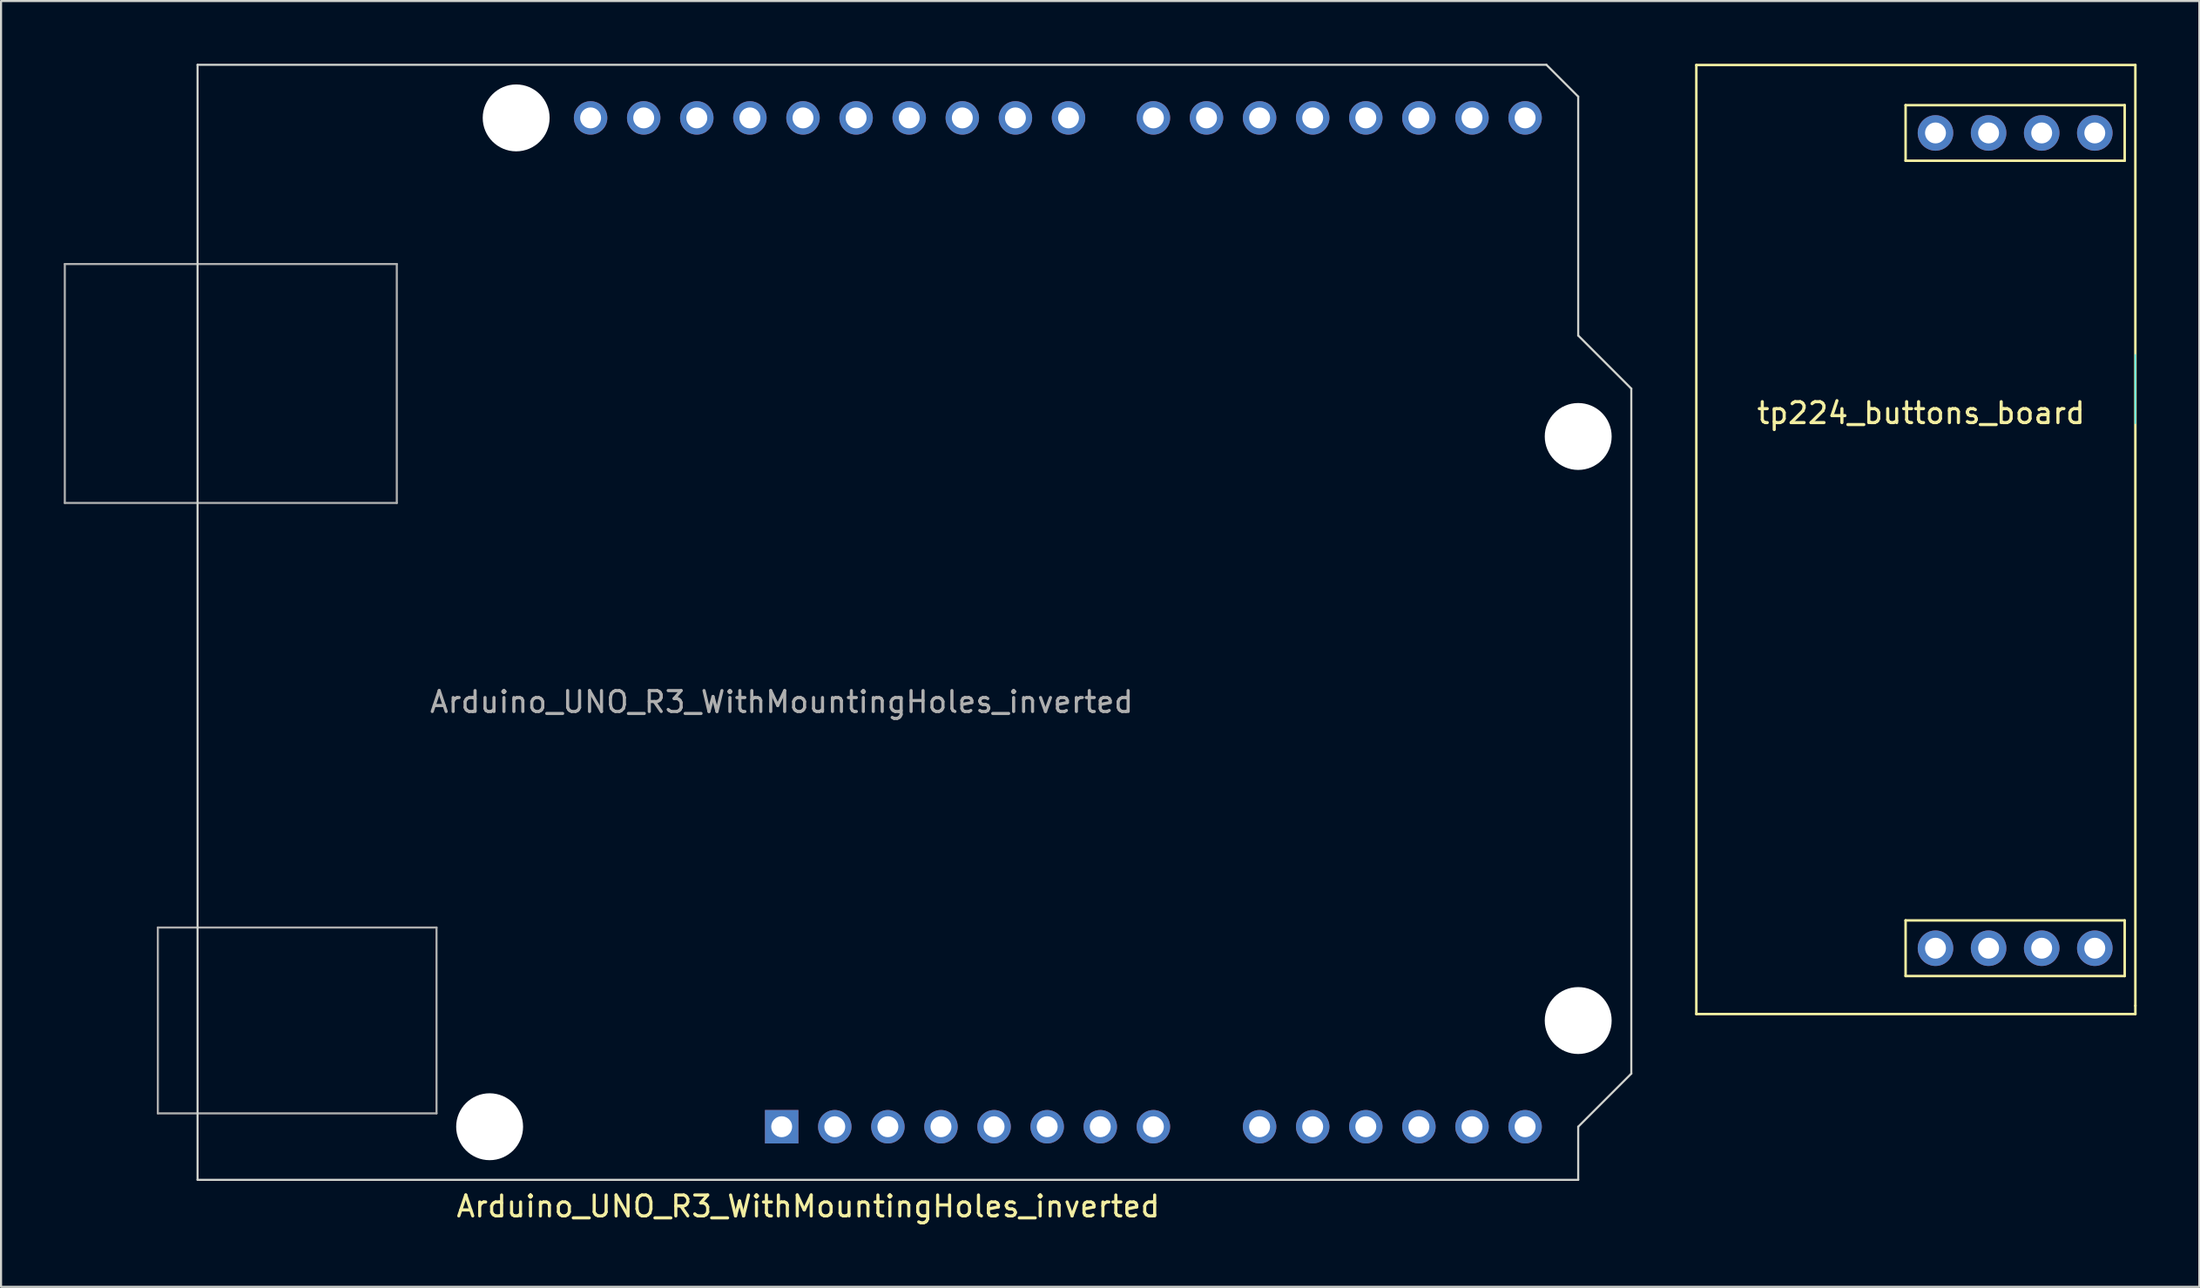
<source format=kicad_pcb>
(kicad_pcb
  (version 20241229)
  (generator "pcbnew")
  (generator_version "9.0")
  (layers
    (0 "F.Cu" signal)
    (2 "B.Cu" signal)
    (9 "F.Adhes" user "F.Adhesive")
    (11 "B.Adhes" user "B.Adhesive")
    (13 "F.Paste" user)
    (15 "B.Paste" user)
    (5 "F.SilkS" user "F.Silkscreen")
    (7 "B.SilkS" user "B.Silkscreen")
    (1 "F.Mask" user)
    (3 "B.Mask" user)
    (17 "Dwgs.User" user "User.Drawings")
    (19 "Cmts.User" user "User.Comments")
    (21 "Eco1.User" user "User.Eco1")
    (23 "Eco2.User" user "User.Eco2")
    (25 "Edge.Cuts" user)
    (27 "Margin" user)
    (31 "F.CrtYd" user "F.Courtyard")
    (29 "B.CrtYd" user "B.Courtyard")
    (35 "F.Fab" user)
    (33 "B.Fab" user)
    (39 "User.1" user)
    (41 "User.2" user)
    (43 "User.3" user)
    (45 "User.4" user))
  (footprint "Arduino_UNO_R3_WithMountingHoles_inverted"
    (layer "F.Cu")
    (at 34.34 4.35)
    (property "Reference" "Arduino_UNO_R3_WithMountingHoles_inverted" (at 1.27 50.31 0) (layer "F.SilkS") (effects (font (size 1 1) (thickness 0.15))))
    (attr through_hole)
    (fp_line (start -27.94 -4.3) (end -27.94 49.04) (stroke (width 0.1) (type solid)) (layer "Edge.Cuts"))
    (fp_line (start -27.94 49.04) (end 38.1 49.04) (stroke (width 0.1) (type solid)) (layer "Edge.Cuts"))
    (fp_line (start 36.58 -4.3) (end -27.94 -4.3) (stroke (width 0.1) (type solid)) (layer "Edge.Cuts"))
    (fp_line (start 38.1 -2.78) (end 36.58 -4.3) (stroke (width 0.1) (type solid)) (layer "Edge.Cuts"))
    (fp_line (start 38.1 8.65) (end 38.1 -2.78) (stroke (width 0.1) (type solid)) (layer "Edge.Cuts"))
    (fp_line (start 38.1 46.5) (end 40.64 43.96) (stroke (width 0.1) (type solid)) (layer "Edge.Cuts"))
    (fp_line (start 38.1 49.04) (end 38.1 46.5) (stroke (width 0.1) (type solid)) (layer "Edge.Cuts"))
    (fp_line (start 40.64 11.19) (end 38.1 8.65) (stroke (width 0.1) (type solid)) (layer "Edge.Cuts"))
    (fp_line (start 40.64 43.96) (end 40.64 11.19) (stroke (width 0.1) (type solid)) (layer "Edge.Cuts"))
    (fp_line (start -34.29 5.23) (end -34.29 16.66) (stroke (width 0.1) (type solid)) (layer "F.Fab"))
    (fp_line (start -34.29 16.66) (end -18.41 16.66) (stroke (width 0.1) (type solid)) (layer "F.Fab"))
    (fp_line (start -29.84 36.97) (end -29.84 45.86) (stroke (width 0.1) (type solid)) (layer "F.Fab"))
    (fp_line (start -29.84 45.86) (end -16.51 45.86) (stroke (width 0.1) (type solid)) (layer "F.Fab"))
    (fp_line (start -18.41 5.23) (end -34.29 5.23) (stroke (width 0.1) (type solid)) (layer "F.Fab"))
    (fp_line (start -18.41 16.66) (end -18.41 5.23) (stroke (width 0.1) (type solid)) (layer "F.Fab"))
    (fp_line (start -16.51 36.97) (end -29.84 36.97) (stroke (width 0.1) (type solid)) (layer "F.Fab"))
    (fp_line (start -16.51 45.86) (end -16.51 36.97) (stroke (width 0.1) (type solid)) (layer "F.Fab"))
    (fp_text user "${REFERENCE}" (at 0 26.18 0) (layer "F.Fab") (effects (font (size 1 1) (thickness 0.15))))
    (pad "" np_thru_hole circle (at -13.97 46.5 90) (size 3.2 3.2) (drill 3.2) (layers "*.Cu" "*.Mask"))
    (pad "" np_thru_hole circle (at -12.7 -1.76 90) (size 3.2 3.2) (drill 3.2) (layers "*.Cu" "*.Mask"))
    (pad "" np_thru_hole circle (at 38.1 13.48 90) (size 3.2 3.2) (drill 3.2) (layers "*.Cu" "*.Mask"))
    (pad "" np_thru_hole circle (at 38.1 41.42 90) (size 3.2 3.2) (drill 3.2) (layers "*.Cu" "*.Mask"))
    (pad "1" thru_hole rect (at 0 46.5 90) (size 1.6 1.6) (drill 1) (layers "*.Cu" "*.Mask"))
    (pad "2" thru_hole oval (at 2.54 46.5 90) (size 1.6 1.6) (drill 1) (layers "*.Cu" "*.Mask"))
    (pad "3" thru_hole oval (at 5.08 46.5 90) (size 1.6 1.6) (drill 1) (layers "*.Cu" "*.Mask"))
    (pad "4" thru_hole oval (at 7.62 46.5 90) (size 1.6 1.6) (drill 1) (layers "*.Cu" "*.Mask"))
    (pad "5" thru_hole oval (at 10.16 46.5 90) (size 1.6 1.6) (drill 1) (layers "*.Cu" "*.Mask"))
    (pad "6" thru_hole oval (at 12.7 46.5 90) (size 1.6 1.6) (drill 1) (layers "*.Cu" "*.Mask"))
    (pad "7" thru_hole oval (at 15.24 46.5 90) (size 1.6 1.6) (drill 1) (layers "*.Cu" "*.Mask"))
    (pad "8" thru_hole oval (at 17.78 46.5 90) (size 1.6 1.6) (drill 1) (layers "*.Cu" "*.Mask"))
    (pad "9" thru_hole oval (at 22.86 46.5 90) (size 1.6 1.6) (drill 1) (layers "*.Cu" "*.Mask"))
    (pad "10" thru_hole oval (at 25.4 46.5 90) (size 1.6 1.6) (drill 1) (layers "*.Cu" "*.Mask"))
    (pad "11" thru_hole oval (at 27.94 46.5 90) (size 1.6 1.6) (drill 1) (layers "*.Cu" "*.Mask"))
    (pad "12" thru_hole oval (at 30.48 46.5 90) (size 1.6 1.6) (drill 1) (layers "*.Cu" "*.Mask"))
    (pad "13" thru_hole oval (at 33.02 46.5 90) (size 1.6 1.6) (drill 1) (layers "*.Cu" "*.Mask"))
    (pad "14" thru_hole oval (at 35.56 46.5 90) (size 1.6 1.6) (drill 1) (layers "*.Cu" "*.Mask"))
    (pad "15" thru_hole oval (at 35.56 -1.76 90) (size 1.6 1.6) (drill 1) (layers "*.Cu" "*.Mask"))
    (pad "16" thru_hole oval (at 33.02 -1.76 90) (size 1.6 1.6) (drill 1) (layers "*.Cu" "*.Mask"))
    (pad "17" thru_hole oval (at 30.48 -1.76 90) (size 1.6 1.6) (drill 1) (layers "*.Cu" "*.Mask"))
    (pad "18" thru_hole oval (at 27.94 -1.76 90) (size 1.6 1.6) (drill 1) (layers "*.Cu" "*.Mask"))
    (pad "19" thru_hole oval (at 25.4 -1.76 90) (size 1.6 1.6) (drill 1) (layers "*.Cu" "*.Mask"))
    (pad "20" thru_hole oval (at 22.86 -1.76 90) (size 1.6 1.6) (drill 1) (layers "*.Cu" "*.Mask"))
    (pad "21" thru_hole oval (at 20.32 -1.76 90) (size 1.6 1.6) (drill 1) (layers "*.Cu" "*.Mask"))
    (pad "22" thru_hole oval (at 17.78 -1.76 90) (size 1.6 1.6) (drill 1) (layers "*.Cu" "*.Mask"))
    (pad "23" thru_hole oval (at 13.72 -1.76 90) (size 1.6 1.6) (drill 1) (layers "*.Cu" "*.Mask"))
    (pad "24" thru_hole oval (at 11.18 -1.76 90) (size 1.6 1.6) (drill 1) (layers "*.Cu" "*.Mask"))
    (pad "25" thru_hole oval (at 8.64 -1.76 90) (size 1.6 1.6) (drill 1) (layers "*.Cu" "*.Mask"))
    (pad "26" thru_hole oval (at 6.1 -1.76 90) (size 1.6 1.6) (drill 1) (layers "*.Cu" "*.Mask"))
    (pad "27" thru_hole oval (at 3.56 -1.76 90) (size 1.6 1.6) (drill 1) (layers "*.Cu" "*.Mask"))
    (pad "28" thru_hole oval (at 1.02 -1.76 90) (size 1.6 1.6) (drill 1) (layers "*.Cu" "*.Mask"))
    (pad "29" thru_hole oval (at -1.52 -1.76 90) (size 1.6 1.6) (drill 1) (layers "*.Cu" "*.Mask"))
    (pad "30" thru_hole oval (at -4.06 -1.76 90) (size 1.6 1.6) (drill 1) (layers "*.Cu" "*.Mask"))
    (pad "31" thru_hole oval (at -6.6 -1.76 90) (size 1.6 1.6) (drill 1) (layers "*.Cu" "*.Mask"))
    (pad "32" thru_hole oval (at -9.14 -1.76 90) (size 1.6 1.6) (drill 1) (layers "*.Cu" "*.Mask")))
  (footprint "tp224_buttons_board"
    (layer "F.Cu")
    (at 88.84 17.21)
    (property "Reference" "tp224_buttons_board" (at 0 -0.5 0) (unlocked yes) (layer "F.SilkS") (effects (font (size 1 1) (thickness 0.15))))
    (attr through_hole)
    (fp_line (start -10.75 -17.15) (end 10.25 -17.15) (stroke (width 0.12) (type solid)) (layer "F.SilkS"))
    (fp_line (start -10.75 28.25) (end -10.75 -17.15) (stroke (width 0.12) (type solid)) (layer "F.SilkS"))
    (fp_line (start -0.74 -12.57) (end -0.74 -15.23) (stroke (width 0.12) (type solid)) (layer "F.SilkS"))
    (fp_line (start -0.74 23.77) (end -0.74 26.43) (stroke (width 0.12) (type solid)) (layer "F.SilkS"))
    (fp_line (start -0.74 23.77) (end 9.74 23.77) (stroke (width 0.12) (type solid)) (layer "F.SilkS"))
    (fp_line (start -0.74 26.43) (end 9.74 26.43) (stroke (width 0.12) (type solid)) (layer "F.SilkS"))
    (fp_line (start 9.74 -15.23) (end -0.74 -15.23) (stroke (width 0.12) (type solid)) (layer "F.SilkS"))
    (fp_line (start 9.74 -12.57) (end -0.74 -12.57) (stroke (width 0.12) (type solid)) (layer "F.SilkS"))
    (fp_line (start 9.74 -12.57) (end 9.74 -15.23) (stroke (width 0.12) (type solid)) (layer "F.SilkS"))
    (fp_line (start 9.74 23.77) (end 9.74 26.43) (stroke (width 0.12) (type solid)) (layer "F.SilkS"))
    (fp_line (start 10.25 -17.15) (end 10.25 27.85) (stroke (width 0.12) (type solid)) (layer "F.SilkS"))
    (fp_line (start 10.25 27.85) (end 10.25 28.25) (stroke (width 0.12) (type solid)) (layer "F.SilkS"))
    (fp_line (start 10.25 28.25) (end -10.75 28.25) (stroke (width 0.12) (type solid)) (layer "F.SilkS"))
    (fp_line (start 10.25 0) (end 10.25 -3.3) (stroke (width 0.05) (type solid)) (layer "B.CrtYd"))
    (pad "1" thru_hole circle (at 0.69 25.1 270) (size 1.7 1.7) (drill 1) (layers "*.Cu" "*.Mask"))
    (pad "2" thru_hole circle (at 3.23 25.1 270) (size 1.7 1.7) (drill 1) (layers "*.Cu" "*.Mask"))
    (pad "3" thru_hole circle (at 5.77 25.1 270) (size 1.7 1.7) (drill 1) (layers "*.Cu" "*.Mask"))
    (pad "4" thru_hole circle (at 8.31 25.1 270) (size 1.7 1.7) (drill 1) (layers "*.Cu" "*.Mask"))
    (pad "5" thru_hole circle (at 8.31 -13.9 90) (size 1.7 1.7) (drill 1) (layers "*.Cu" "*.Mask"))
    (pad "6" thru_hole circle (at 5.77 -13.9 90) (size 1.7 1.7) (drill 1) (layers "*.Cu" "*.Mask"))
    (pad "7" thru_hole circle (at 3.23 -13.9 90) (size 1.7 1.7) (drill 1) (layers "*.Cu" "*.Mask"))
    (pad "8" thru_hole circle (at 0.69 -13.9 90) (size 1.7 1.7) (drill 1) (layers "*.Cu" "*.Mask")))
  (gr_rect
    (start -3 -3)
    (end 102.15 58.508)
    (stroke (width 0.1) (type default))
    (fill no)
    (layer "Edge.Cuts")))
</source>
